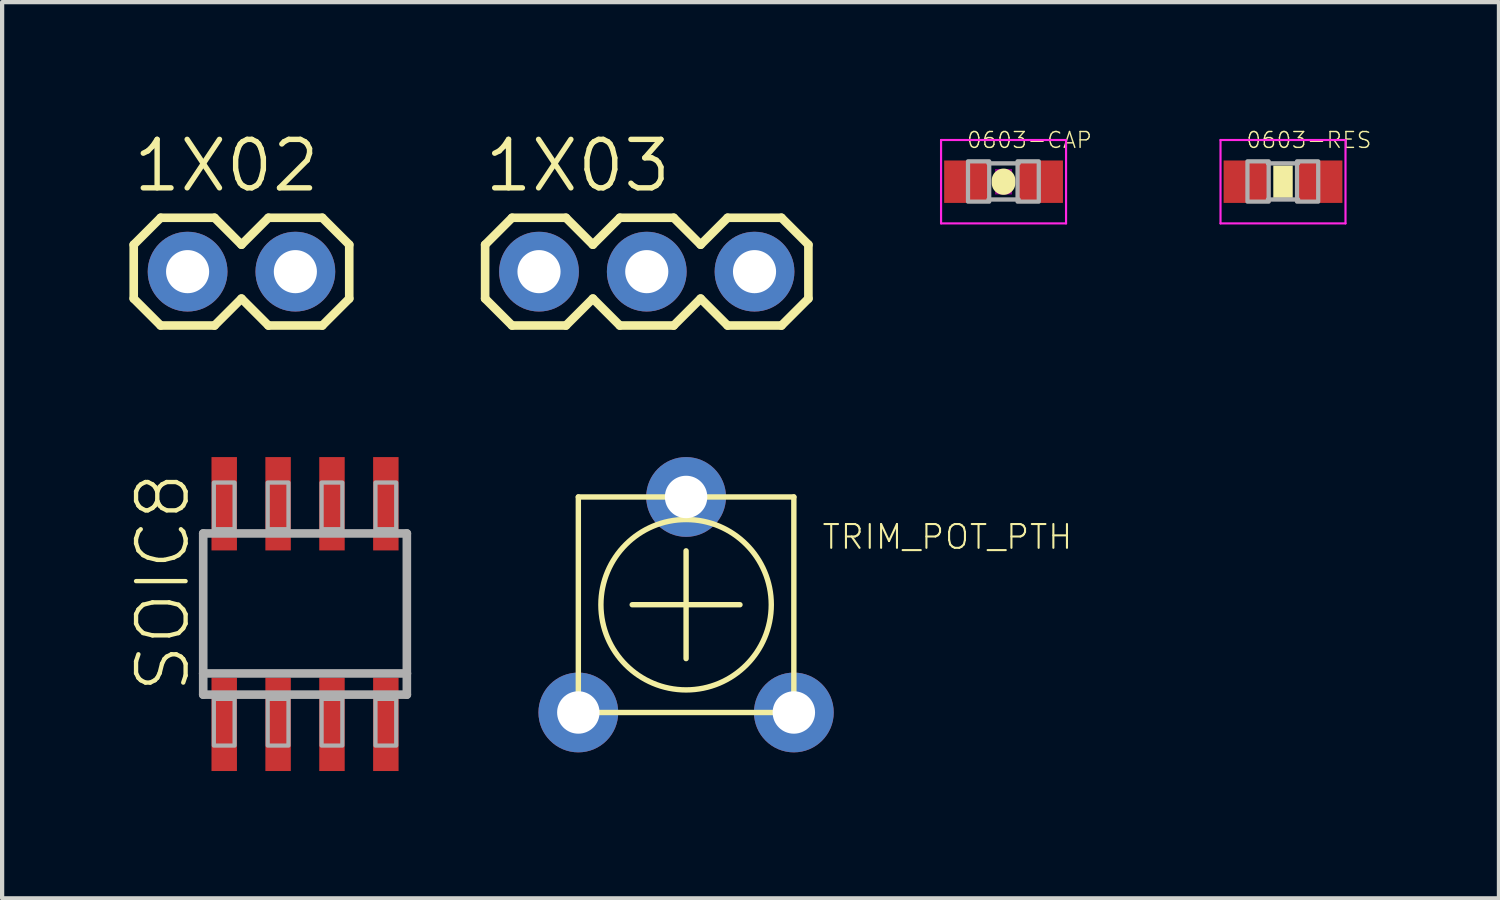
<source format=kicad_pcb>
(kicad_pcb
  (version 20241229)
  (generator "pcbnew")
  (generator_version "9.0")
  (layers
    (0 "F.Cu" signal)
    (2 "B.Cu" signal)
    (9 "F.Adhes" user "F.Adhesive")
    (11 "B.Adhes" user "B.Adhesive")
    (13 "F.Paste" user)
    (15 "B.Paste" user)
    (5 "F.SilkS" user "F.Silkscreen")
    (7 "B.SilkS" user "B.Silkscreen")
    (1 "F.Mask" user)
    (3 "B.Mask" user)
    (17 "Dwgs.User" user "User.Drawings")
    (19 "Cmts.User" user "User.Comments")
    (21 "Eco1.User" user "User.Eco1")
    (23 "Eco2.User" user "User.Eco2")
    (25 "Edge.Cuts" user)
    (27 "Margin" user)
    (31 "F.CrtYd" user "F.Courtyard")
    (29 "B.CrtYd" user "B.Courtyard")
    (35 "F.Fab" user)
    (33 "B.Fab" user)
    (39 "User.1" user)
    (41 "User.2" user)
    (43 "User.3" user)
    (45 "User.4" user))
  (footprint "1X02"
    (layer "F.Cu")
    (at 1.372 3.353)
    (property "Reference" "1X02" (at -1.346 -1.829 0) (layer "F.SilkS") (effects (font (size 1.143 1.143) (thickness 0.127)) (justify left bottom)))
    (fp_line (start -1.27 -0.635) (end -1.27 0.635) (stroke (width 0.203) (type solid)) (layer "F.SilkS"))
    (fp_line (start -1.27 0.635) (end -0.635 1.27) (stroke (width 0.203) (type solid)) (layer "F.SilkS"))
    (fp_line (start -0.635 -1.27) (end -1.27 -0.635) (stroke (width 0.203) (type solid)) (layer "F.SilkS"))
    (fp_line (start -0.635 -1.27) (end 0.635 -1.27) (stroke (width 0.203) (type solid)) (layer "F.SilkS"))
    (fp_line (start 0.635 -1.27) (end 1.27 -0.635) (stroke (width 0.203) (type solid)) (layer "F.SilkS"))
    (fp_line (start 0.635 1.27) (end -0.635 1.27) (stroke (width 0.203) (type solid)) (layer "F.SilkS"))
    (fp_line (start 1.27 -0.635) (end 1.905 -1.27) (stroke (width 0.203) (type solid)) (layer "F.SilkS"))
    (fp_line (start 1.27 0.635) (end 0.635 1.27) (stroke (width 0.203) (type solid)) (layer "F.SilkS"))
    (fp_line (start 1.905 -1.27) (end 3.175 -1.27) (stroke (width 0.203) (type solid)) (layer "F.SilkS"))
    (fp_line (start 1.905 1.27) (end 1.27 0.635) (stroke (width 0.203) (type solid)) (layer "F.SilkS"))
    (fp_line (start 3.175 -1.27) (end 3.81 -0.635) (stroke (width 0.203) (type solid)) (layer "F.SilkS"))
    (fp_line (start 3.175 1.27) (end 1.905 1.27) (stroke (width 0.203) (type solid)) (layer "F.SilkS"))
    (fp_line (start 3.81 -0.635) (end 3.81 0.635) (stroke (width 0.203) (type solid)) (layer "F.SilkS"))
    (fp_line (start 3.81 0.635) (end 3.175 1.27) (stroke (width 0.203) (type solid)) (layer "F.SilkS"))
    (fp_poly (pts (xy -0.254 0.254) (xy 0.254 0.254) (xy 0.254 -0.254) (xy -0.254 -0.254)) (stroke (width 0.1) (type solid)) (fill no) (layer "F.Fab"))
    (fp_poly (pts (xy 2.286 0.254) (xy 2.794 0.254) (xy 2.794 -0.254) (xy 2.286 -0.254)) (stroke (width 0.1) (type solid)) (fill no) (layer "F.Fab"))
    (pad "1" thru_hole circle (at 0 0 90) (size 1.88 1.88) (drill 1.016) (layers "*.Cu" "*.Mask"))
    (pad "2" thru_hole circle (at 2.54 0 90) (size 1.88 1.88) (drill 1.016) (layers "*.Cu" "*.Mask")))
  (footprint "SOIC8"
    (layer "F.Cu")
    (at 4.14 11.424)
    (property "Reference" "SOIC8" (at -2.667 1.905 90) (layer "F.SilkS") (effects (font (size 1.168 1.168) (thickness 0.102)) (justify left bottom)))
    (fp_line (start -2.4 -1.9) (end 2.4 -1.9) (stroke (width 0.203) (type solid)) (layer "F.Fab"))
    (fp_line (start -2.4 1.4) (end -2.4 -1.9) (stroke (width 0.203) (type solid)) (layer "F.Fab"))
    (fp_line (start -2.4 1.9) (end -2.4 1.4) (stroke (width 0.203) (type solid)) (layer "F.Fab"))
    (fp_line (start 2.4 -1.9) (end 2.4 1.4) (stroke (width 0.203) (type solid)) (layer "F.Fab"))
    (fp_line (start 2.4 1.4) (end -2.4 1.4) (stroke (width 0.203) (type solid)) (layer "F.Fab"))
    (fp_line (start 2.4 1.4) (end 2.4 1.9) (stroke (width 0.203) (type solid)) (layer "F.Fab"))
    (fp_line (start 2.4 1.9) (end -2.4 1.9) (stroke (width 0.203) (type solid)) (layer "F.Fab"))
    (fp_poly (pts (xy -2.15 -2) (xy -1.66 -2) (xy -1.66 -3.1) (xy -2.15 -3.1)) (stroke (width 0.1) (type solid)) (fill no) (layer "F.Fab"))
    (fp_poly (pts (xy -2.15 3.1) (xy -1.66 3.1) (xy -1.66 2) (xy -2.15 2)) (stroke (width 0.1) (type solid)) (fill no) (layer "F.Fab"))
    (fp_poly (pts (xy -0.88 -2) (xy -0.39 -2) (xy -0.39 -3.1) (xy -0.88 -3.1)) (stroke (width 0.1) (type solid)) (fill no) (layer "F.Fab"))
    (fp_poly (pts (xy -0.88 3.1) (xy -0.39 3.1) (xy -0.39 2) (xy -0.88 2)) (stroke (width 0.1) (type solid)) (fill no) (layer "F.Fab"))
    (fp_poly (pts (xy 0.39 -2) (xy 0.88 -2) (xy 0.88 -3.1) (xy 0.39 -3.1)) (stroke (width 0.1) (type solid)) (fill no) (layer "F.Fab"))
    (fp_poly (pts (xy 0.39 3.1) (xy 0.88 3.1) (xy 0.88 2) (xy 0.39 2)) (stroke (width 0.1) (type solid)) (fill no) (layer "F.Fab"))
    (fp_poly (pts (xy 1.66 -2) (xy 2.15 -2) (xy 2.15 -3.1) (xy 1.66 -3.1)) (stroke (width 0.1) (type solid)) (fill no) (layer "F.Fab"))
    (fp_poly (pts (xy 1.66 3.1) (xy 2.15 3.1) (xy 2.15 2) (xy 1.66 2)) (stroke (width 0.1) (type solid)) (fill no) (layer "F.Fab"))
    (pad "1" smd rect (at -1.905 2.6) (size 0.6 2.2) (layers "F.Cu" "F.Mask" "F.Paste"))
    (pad "2" smd rect (at -0.635 2.6) (size 0.6 2.2) (layers "F.Cu" "F.Mask" "F.Paste"))
    (pad "3" smd rect (at 0.635 2.6) (size 0.6 2.2) (layers "F.Cu" "F.Mask" "F.Paste"))
    (pad "4" smd rect (at 1.905 2.6) (size 0.6 2.2) (layers "F.Cu" "F.Mask" "F.Paste"))
    (pad "5" smd rect (at 1.905 -2.6) (size 0.6 2.2) (layers "F.Cu" "F.Mask" "F.Paste"))
    (pad "6" smd rect (at 0.635 -2.6) (size 0.6 2.2) (layers "F.Cu" "F.Mask" "F.Paste"))
    (pad "7" smd rect (at -0.635 -2.6) (size 0.6 2.2) (layers "F.Cu" "F.Mask" "F.Paste"))
    (pad "8" smd rect (at -1.905 -2.6) (size 0.6 2.2) (layers "F.Cu" "F.Mask" "F.Paste")))
  (footprint "TRIM_POT_PTH"
    (layer "F.Cu")
    (at 13.122 11.204)
    (property "Reference" "TRIM_POT_PTH" (at 3.175 -1.27 0) (layer "F.SilkS") (effects (font (size 0.561 0.561) (thickness 0.049)) (justify left bottom)))
    (fp_line (start -2.54 -2.54) (end -2.54 2.54) (stroke (width 0.127) (type solid)) (layer "F.SilkS"))
    (fp_line (start -2.54 2.54) (end 2.54 2.54) (stroke (width 0.127) (type solid)) (layer "F.SilkS"))
    (fp_line (start -1.27 0) (end 0 0) (stroke (width 0.127) (type solid)) (layer "F.SilkS"))
    (fp_line (start 0 -1.27) (end 0 0) (stroke (width 0.127) (type solid)) (layer "F.SilkS"))
    (fp_line (start 0 0) (end 1.27 0) (stroke (width 0.127) (type solid)) (layer "F.SilkS"))
    (fp_line (start 0 1.27) (end 0 0) (stroke (width 0.127) (type solid)) (layer "F.SilkS"))
    (fp_line (start 2.54 -2.54) (end -2.54 -2.54) (stroke (width 0.127) (type solid)) (layer "F.SilkS"))
    (fp_line (start 2.54 2.54) (end 2.54 -2.54) (stroke (width 0.127) (type solid)) (layer "F.SilkS"))
    (fp_circle (center 0 0) (end 2.008 0) (stroke (width 0.127) (type solid)) (fill no) (layer "F.SilkS"))
    (pad "1" thru_hole circle (at -2.54 2.54 180) (size 1.88 1.88) (drill 1) (layers "*.Cu" "*.Mask"))
    (pad "2" thru_hole circle (at 0 -2.54 180) (size 1.88 1.88) (drill 1) (layers "*.Cu" "*.Mask"))
    (pad "3" thru_hole circle (at 2.54 2.54 180) (size 1.88 1.88) (drill 1) (layers "*.Cu" "*.Mask")))
  (footprint "1X03"
    (layer "F.Cu")
    (at 9.655 3.353)
    (property "Reference" "1X03" (at -1.346 -1.829 0) (layer "F.SilkS") (effects (font (size 1.143 1.143) (thickness 0.127)) (justify left bottom)))
    (fp_line (start -1.27 -0.635) (end -1.27 0.635) (stroke (width 0.203) (type solid)) (layer "F.SilkS"))
    (fp_line (start -1.27 0.635) (end -0.635 1.27) (stroke (width 0.203) (type solid)) (layer "F.SilkS"))
    (fp_line (start -0.635 -1.27) (end -1.27 -0.635) (stroke (width 0.203) (type solid)) (layer "F.SilkS"))
    (fp_line (start -0.635 -1.27) (end 0.635 -1.27) (stroke (width 0.203) (type solid)) (layer "F.SilkS"))
    (fp_line (start 0.635 -1.27) (end 1.27 -0.635) (stroke (width 0.203) (type solid)) (layer "F.SilkS"))
    (fp_line (start 0.635 1.27) (end -0.635 1.27) (stroke (width 0.203) (type solid)) (layer "F.SilkS"))
    (fp_line (start 1.27 -0.635) (end 1.905 -1.27) (stroke (width 0.203) (type solid)) (layer "F.SilkS"))
    (fp_line (start 1.27 0.635) (end 0.635 1.27) (stroke (width 0.203) (type solid)) (layer "F.SilkS"))
    (fp_line (start 1.905 -1.27) (end 3.175 -1.27) (stroke (width 0.203) (type solid)) (layer "F.SilkS"))
    (fp_line (start 1.905 1.27) (end 1.27 0.635) (stroke (width 0.203) (type solid)) (layer "F.SilkS"))
    (fp_line (start 3.175 -1.27) (end 3.81 -0.635) (stroke (width 0.203) (type solid)) (layer "F.SilkS"))
    (fp_line (start 3.175 1.27) (end 1.905 1.27) (stroke (width 0.203) (type solid)) (layer "F.SilkS"))
    (fp_line (start 3.81 -0.635) (end 4.445 -1.27) (stroke (width 0.203) (type solid)) (layer "F.SilkS"))
    (fp_line (start 3.81 0.635) (end 3.175 1.27) (stroke (width 0.203) (type solid)) (layer "F.SilkS"))
    (fp_line (start 4.445 -1.27) (end 5.715 -1.27) (stroke (width 0.203) (type solid)) (layer "F.SilkS"))
    (fp_line (start 4.445 1.27) (end 3.81 0.635) (stroke (width 0.203) (type solid)) (layer "F.SilkS"))
    (fp_line (start 5.715 -1.27) (end 6.35 -0.635) (stroke (width 0.203) (type solid)) (layer "F.SilkS"))
    (fp_line (start 5.715 1.27) (end 4.445 1.27) (stroke (width 0.203) (type solid)) (layer "F.SilkS"))
    (fp_line (start 6.35 -0.635) (end 6.35 0.635) (stroke (width 0.203) (type solid)) (layer "F.SilkS"))
    (fp_line (start 6.35 0.635) (end 5.715 1.27) (stroke (width 0.203) (type solid)) (layer "F.SilkS"))
    (fp_poly (pts (xy -0.254 0.254) (xy 0.254 0.254) (xy 0.254 -0.254) (xy -0.254 -0.254)) (stroke (width 0.1) (type solid)) (fill no) (layer "F.Fab"))
    (fp_poly (pts (xy 2.286 0.254) (xy 2.794 0.254) (xy 2.794 -0.254) (xy 2.286 -0.254)) (stroke (width 0.1) (type solid)) (fill no) (layer "F.Fab"))
    (fp_poly (pts (xy 4.826 0.254) (xy 5.334 0.254) (xy 5.334 -0.254) (xy 4.826 -0.254)) (stroke (width 0.1) (type solid)) (fill no) (layer "F.Fab"))
    (pad "1" thru_hole circle (at 0 0 90) (size 1.88 1.88) (drill 1.016) (layers "*.Cu" "*.Mask"))
    (pad "2" thru_hole circle (at 2.54 0 90) (size 1.88 1.88) (drill 1.016) (layers "*.Cu" "*.Mask"))
    (pad "3" thru_hole circle (at 5.08 0 90) (size 1.88 1.88) (drill 1.016) (layers "*.Cu" "*.Mask")))
  (footprint "0603-CAP"
    (layer "F.Cu")
    (at 20.605 1.233)
    (property "Reference" "0603-CAP" (at -0.889 -0.762 0) (layer "F.SilkS") (effects (font (size 0.374 0.374) (thickness 0.033)) (justify left bottom)))
    (fp_line (start 0 -0.03) (end 0 0.03) (stroke (width 0.559) (type solid)) (layer "F.SilkS"))
    (fp_poly (pts (xy -0.2 0.3) (xy 0.2 0.3) (xy 0.2 -0.3) (xy -0.2 -0.3)) (stroke (width 0) (type solid)) (fill yes) (layer "F.Adhes"))
    (fp_line (start -1.473 -0.983) (end 1.473 -0.983) (stroke (width 0.051) (type solid)) (layer "F.CrtYd"))
    (fp_line (start -1.473 0.983) (end -1.473 -0.983) (stroke (width 0.051) (type solid)) (layer "F.CrtYd"))
    (fp_line (start 1.473 -0.983) (end 1.473 0.983) (stroke (width 0.051) (type solid)) (layer "F.CrtYd"))
    (fp_line (start 1.473 0.983) (end -1.473 0.983) (stroke (width 0.051) (type solid)) (layer "F.CrtYd"))
    (fp_line (start -0.356 -0.432) (end 0.356 -0.432) (stroke (width 0.102) (type solid)) (layer "F.Fab"))
    (fp_line (start -0.356 0.419) (end 0.356 0.419) (stroke (width 0.102) (type solid)) (layer "F.Fab"))
    (fp_poly (pts (xy -0.838 0.47) (xy -0.338 0.47) (xy -0.338 -0.48) (xy -0.838 -0.48)) (stroke (width 0.1) (type solid)) (fill no) (layer "F.Fab"))
    (fp_poly (pts (xy 0.33 0.47) (xy 0.83 0.47) (xy 0.83 -0.48) (xy 0.33 -0.48)) (stroke (width 0.1) (type solid)) (fill no) (layer "F.Fab"))
    (pad "1" smd rect (at -0.85 0) (size 1.1 1) (layers "F.Cu" "F.Mask" "F.Paste"))
    (pad "2" smd rect (at 0.85 0) (size 1.1 1) (layers "F.Cu" "F.Mask" "F.Paste")))
  (footprint "0603-RES"
    (layer "F.Cu")
    (at 27.192 1.233)
    (property "Reference" "0603-RES" (at -0.889 -0.762 0) (layer "F.SilkS") (effects (font (size 0.374 0.374) (thickness 0.033)) (justify left bottom)))
    (fp_poly (pts (xy -0.229 0.381) (xy 0.229 0.381) (xy 0.229 -0.381) (xy -0.229 -0.381)) (stroke (width 0) (type solid)) (fill yes) (layer "F.SilkS"))
    (fp_poly (pts (xy -0.2 0.3) (xy 0.2 0.3) (xy 0.2 -0.3) (xy -0.2 -0.3)) (stroke (width 0) (type solid)) (fill yes) (layer "F.Adhes"))
    (fp_line (start -1.473 -0.983) (end 1.473 -0.983) (stroke (width 0.051) (type solid)) (layer "F.CrtYd"))
    (fp_line (start -1.473 0.983) (end -1.473 -0.983) (stroke (width 0.051) (type solid)) (layer "F.CrtYd"))
    (fp_line (start 1.473 -0.983) (end 1.473 0.983) (stroke (width 0.051) (type solid)) (layer "F.CrtYd"))
    (fp_line (start 1.473 0.983) (end -1.473 0.983) (stroke (width 0.051) (type solid)) (layer "F.CrtYd"))
    (fp_line (start -0.356 -0.432) (end 0.356 -0.432) (stroke (width 0.102) (type solid)) (layer "F.Fab"))
    (fp_line (start -0.356 0.419) (end 0.356 0.419) (stroke (width 0.102) (type solid)) (layer "F.Fab"))
    (fp_poly (pts (xy -0.838 0.47) (xy -0.338 0.47) (xy -0.338 -0.48) (xy -0.838 -0.48)) (stroke (width 0.1) (type solid)) (fill no) (layer "F.Fab"))
    (fp_poly (pts (xy 0.33 0.47) (xy 0.83 0.47) (xy 0.83 -0.48) (xy 0.33 -0.48)) (stroke (width 0.1) (type solid)) (fill no) (layer "F.Fab"))
    (pad "1" smd rect (at -0.85 0) (size 1.1 1) (layers "F.Cu" "F.Mask" "F.Paste"))
    (pad "2" smd rect (at 0.85 0) (size 1.1 1) (layers "F.Cu" "F.Mask" "F.Paste")))
  (gr_rect
    (start -3 -3)
    (end 32.282 18.124)
    (stroke (width 0.1) (type default))
    (fill no)
    (layer "Edge.Cuts")))
</source>
